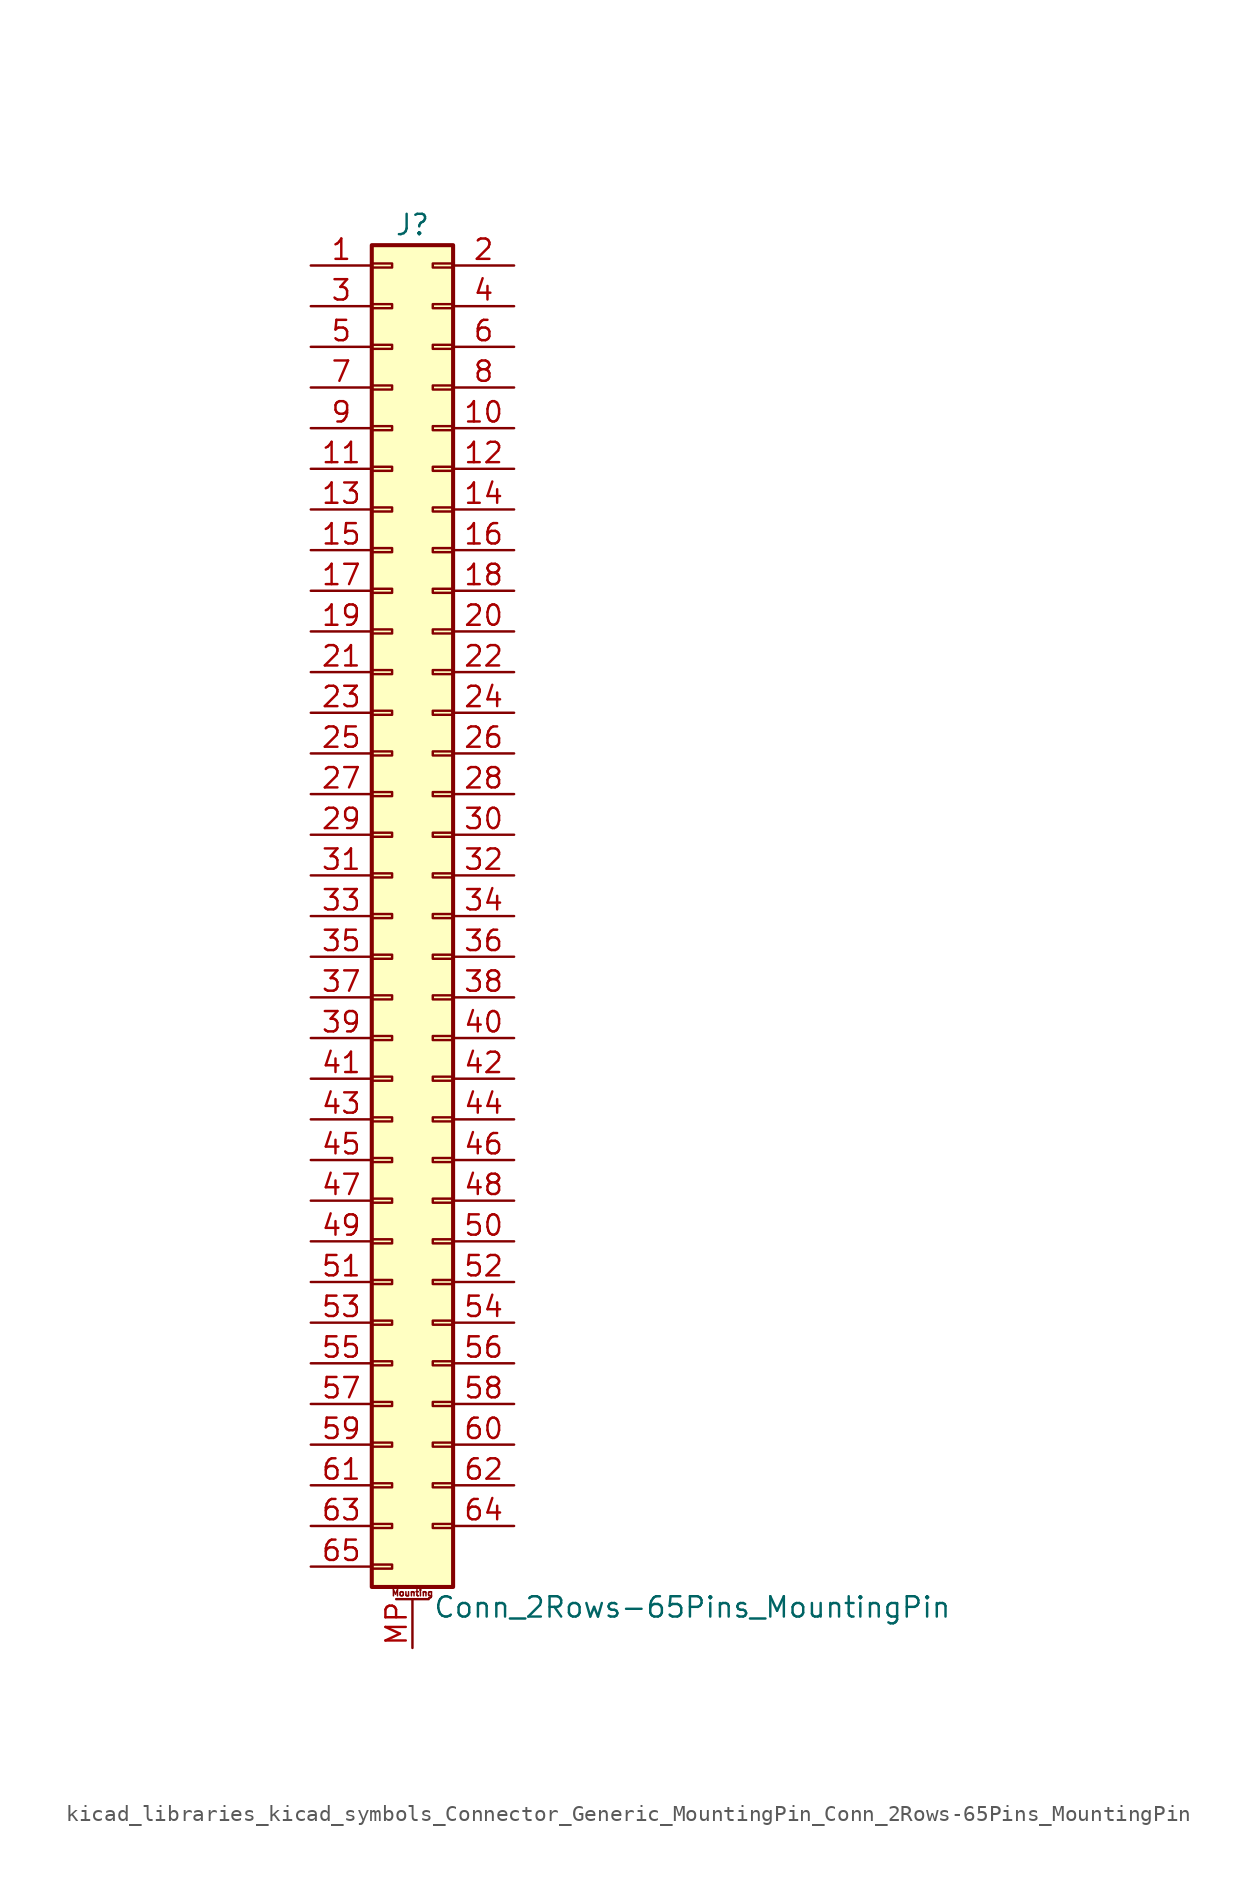
<source format=kicad_sym>
(kicad_symbol_lib
  (version 20220914)
  (generator kicad_symbol_editor)
  (symbol "kicad_libraries_kicad_symbols_Connector_Generic_MountingPin_Conn_2Rows-65Pins_MountingPin"
    (pin_names
      (offset 1.016) hide)
    (property "Reference" "J"
      (at 1.27 43.18 0)
      (effects (font (size 1.27 1.27))))
    (property "Value" "Conn_2Rows-65Pins_MountingPin"
      (at 2.54 -43.18 0)
      (effects (font (size 1.27 1.27)) (justify left)))
    (symbol "kicad_libraries_kicad_symbols_Connector_Generic_MountingPin_Conn_2Rows-65Pins_MountingPin_1_1"
      (rectangle (start -1.27 -40.513) (end 0 -40.767) (stroke (width 0.152) (type default)) (fill (type none)))
      (rectangle (start -1.27 -37.973) (end 0 -38.227) (stroke (width 0.152) (type default)) (fill (type none)))
      (rectangle (start -1.27 -35.433) (end 0 -35.687) (stroke (width 0.152) (type default)) (fill (type none)))
      (rectangle (start -1.27 -32.893) (end 0 -33.147) (stroke (width 0.152) (type default)) (fill (type none)))
      (rectangle (start -1.27 -30.353) (end 0 -30.607) (stroke (width 0.152) (type default)) (fill (type none)))
      (rectangle (start -1.27 -27.813) (end 0 -28.067) (stroke (width 0.152) (type default)) (fill (type none)))
      (rectangle (start -1.27 -25.273) (end 0 -25.527) (stroke (width 0.152) (type default)) (fill (type none)))
      (rectangle (start -1.27 -22.733) (end 0 -22.987) (stroke (width 0.152) (type default)) (fill (type none)))
      (rectangle (start -1.27 -20.193) (end 0 -20.447) (stroke (width 0.152) (type default)) (fill (type none)))
      (rectangle (start -1.27 -17.653) (end 0 -17.907) (stroke (width 0.152) (type default)) (fill (type none)))
      (rectangle (start -1.27 -15.113) (end 0 -15.367) (stroke (width 0.152) (type default)) (fill (type none)))
      (rectangle (start -1.27 -12.573) (end 0 -12.827) (stroke (width 0.152) (type default)) (fill (type none)))
      (rectangle (start -1.27 -10.033) (end 0 -10.287) (stroke (width 0.152) (type default)) (fill (type none)))
      (rectangle (start -1.27 -7.493) (end 0 -7.747) (stroke (width 0.152) (type default)) (fill (type none)))
      (rectangle (start -1.27 -4.953) (end 0 -5.207) (stroke (width 0.152) (type default)) (fill (type none)))
      (rectangle (start -1.27 -2.413) (end 0 -2.667) (stroke (width 0.152) (type default)) (fill (type none)))
      (rectangle (start -1.27 0.127) (end 0 -0.127) (stroke (width 0.152) (type default)) (fill (type none)))
      (rectangle (start -1.27 2.667) (end 0 2.413) (stroke (width 0.152) (type default)) (fill (type none)))
      (rectangle (start -1.27 5.207) (end 0 4.953) (stroke (width 0.152) (type default)) (fill (type none)))
      (rectangle (start -1.27 7.747) (end 0 7.493) (stroke (width 0.152) (type default)) (fill (type none)))
      (rectangle (start -1.27 10.287) (end 0 10.033) (stroke (width 0.152) (type default)) (fill (type none)))
      (rectangle (start -1.27 12.827) (end 0 12.573) (stroke (width 0.152) (type default)) (fill (type none)))
      (rectangle (start -1.27 15.367) (end 0 15.113) (stroke (width 0.152) (type default)) (fill (type none)))
      (rectangle (start -1.27 17.907) (end 0 17.653) (stroke (width 0.152) (type default)) (fill (type none)))
      (rectangle (start -1.27 20.447) (end 0 20.193) (stroke (width 0.152) (type default)) (fill (type none)))
      (rectangle (start -1.27 22.987) (end 0 22.733) (stroke (width 0.152) (type default)) (fill (type none)))
      (rectangle (start -1.27 25.527) (end 0 25.273) (stroke (width 0.152) (type default)) (fill (type none)))
      (rectangle (start -1.27 28.067) (end 0 27.813) (stroke (width 0.152) (type default)) (fill (type none)))
      (rectangle (start -1.27 30.607) (end 0 30.353) (stroke (width 0.152) (type default)) (fill (type none)))
      (rectangle (start -1.27 33.147) (end 0 32.893) (stroke (width 0.152) (type default)) (fill (type none)))
      (rectangle (start -1.27 35.687) (end 0 35.433) (stroke (width 0.152) (type default)) (fill (type none)))
      (rectangle (start -1.27 38.227) (end 0 37.973) (stroke (width 0.152) (type default)) (fill (type none)))
      (rectangle (start -1.27 40.767) (end 0 40.513) (stroke (width 0.152) (type default)) (fill (type none)))
      (rectangle (start -1.27 41.91) (end 3.81 -41.91) (stroke (width 0.254) (type default)) (fill (type background)))
      (polyline (pts (xy 0.254 -42.672) (xy 2.286 -42.672)) (stroke (width 0.152) (type default)) (fill (type none)))
      (rectangle (start 3.81 -37.973) (end 2.54 -38.227) (stroke (width 0.152) (type default)) (fill (type none)))
      (rectangle (start 3.81 -35.433) (end 2.54 -35.687) (stroke (width 0.152) (type default)) (fill (type none)))
      (rectangle (start 3.81 -32.893) (end 2.54 -33.147) (stroke (width 0.152) (type default)) (fill (type none)))
      (rectangle (start 3.81 -30.353) (end 2.54 -30.607) (stroke (width 0.152) (type default)) (fill (type none)))
      (rectangle (start 3.81 -27.813) (end 2.54 -28.067) (stroke (width 0.152) (type default)) (fill (type none)))
      (rectangle (start 3.81 -25.273) (end 2.54 -25.527) (stroke (width 0.152) (type default)) (fill (type none)))
      (rectangle (start 3.81 -22.733) (end 2.54 -22.987) (stroke (width 0.152) (type default)) (fill (type none)))
      (rectangle (start 3.81 -20.193) (end 2.54 -20.447) (stroke (width 0.152) (type default)) (fill (type none)))
      (rectangle (start 3.81 -17.653) (end 2.54 -17.907) (stroke (width 0.152) (type default)) (fill (type none)))
      (rectangle (start 3.81 -15.113) (end 2.54 -15.367) (stroke (width 0.152) (type default)) (fill (type none)))
      (rectangle (start 3.81 -12.573) (end 2.54 -12.827) (stroke (width 0.152) (type default)) (fill (type none)))
      (rectangle (start 3.81 -10.033) (end 2.54 -10.287) (stroke (width 0.152) (type default)) (fill (type none)))
      (rectangle (start 3.81 -7.493) (end 2.54 -7.747) (stroke (width 0.152) (type default)) (fill (type none)))
      (rectangle (start 3.81 -4.953) (end 2.54 -5.207) (stroke (width 0.152) (type default)) (fill (type none)))
      (rectangle (start 3.81 -2.413) (end 2.54 -2.667) (stroke (width 0.152) (type default)) (fill (type none)))
      (rectangle (start 3.81 0.127) (end 2.54 -0.127) (stroke (width 0.152) (type default)) (fill (type none)))
      (rectangle (start 3.81 2.667) (end 2.54 2.413) (stroke (width 0.152) (type default)) (fill (type none)))
      (rectangle (start 3.81 5.207) (end 2.54 4.953) (stroke (width 0.152) (type default)) (fill (type none)))
      (rectangle (start 3.81 7.747) (end 2.54 7.493) (stroke (width 0.152) (type default)) (fill (type none)))
      (rectangle (start 3.81 10.287) (end 2.54 10.033) (stroke (width 0.152) (type default)) (fill (type none)))
      (rectangle (start 3.81 12.827) (end 2.54 12.573) (stroke (width 0.152) (type default)) (fill (type none)))
      (rectangle (start 3.81 15.367) (end 2.54 15.113) (stroke (width 0.152) (type default)) (fill (type none)))
      (rectangle (start 3.81 17.907) (end 2.54 17.653) (stroke (width 0.152) (type default)) (fill (type none)))
      (rectangle (start 3.81 20.447) (end 2.54 20.193) (stroke (width 0.152) (type default)) (fill (type none)))
      (rectangle (start 3.81 22.987) (end 2.54 22.733) (stroke (width 0.152) (type default)) (fill (type none)))
      (rectangle (start 3.81 25.527) (end 2.54 25.273) (stroke (width 0.152) (type default)) (fill (type none)))
      (rectangle (start 3.81 28.067) (end 2.54 27.813) (stroke (width 0.152) (type default)) (fill (type none)))
      (rectangle (start 3.81 30.607) (end 2.54 30.353) (stroke (width 0.152) (type default)) (fill (type none)))
      (rectangle (start 3.81 33.147) (end 2.54 32.893) (stroke (width 0.152) (type default)) (fill (type none)))
      (rectangle (start 3.81 35.687) (end 2.54 35.433) (stroke (width 0.152) (type default)) (fill (type none)))
      (rectangle (start 3.81 38.227) (end 2.54 37.973) (stroke (width 0.152) (type default)) (fill (type none)))
      (rectangle (start 3.81 40.767) (end 2.54 40.513) (stroke (width 0.152) (type default)) (fill (type none)))
      (text "Mounting" (at 1.27 -42.291 0) (effects (font (size 0.381 0.381))))
      (pin passive line (at -5.08 40.64 0) (length 3.81) (name "Pin_1" (effects (font (size 1.27 1.27)))) (number "1" (effects (font (size 1.27 1.27)))))
      (pin passive line (at 7.62 30.48 180) (length 3.81) (name "Pin_10" (effects (font (size 1.27 1.27)))) (number "10" (effects (font (size 1.27 1.27)))))
      (pin passive line (at -5.08 27.94 0) (length 3.81) (name "Pin_11" (effects (font (size 1.27 1.27)))) (number "11" (effects (font (size 1.27 1.27)))))
      (pin passive line (at 7.62 27.94 180) (length 3.81) (name "Pin_12" (effects (font (size 1.27 1.27)))) (number "12" (effects (font (size 1.27 1.27)))))
      (pin passive line (at -5.08 25.4 0) (length 3.81) (name "Pin_13" (effects (font (size 1.27 1.27)))) (number "13" (effects (font (size 1.27 1.27)))))
      (pin passive line (at 7.62 25.4 180) (length 3.81) (name "Pin_14" (effects (font (size 1.27 1.27)))) (number "14" (effects (font (size 1.27 1.27)))))
      (pin passive line (at -5.08 22.86 0) (length 3.81) (name "Pin_15" (effects (font (size 1.27 1.27)))) (number "15" (effects (font (size 1.27 1.27)))))
      (pin passive line (at 7.62 22.86 180) (length 3.81) (name "Pin_16" (effects (font (size 1.27 1.27)))) (number "16" (effects (font (size 1.27 1.27)))))
      (pin passive line (at -5.08 20.32 0) (length 3.81) (name "Pin_17" (effects (font (size 1.27 1.27)))) (number "17" (effects (font (size 1.27 1.27)))))
      (pin passive line (at 7.62 20.32 180) (length 3.81) (name "Pin_18" (effects (font (size 1.27 1.27)))) (number "18" (effects (font (size 1.27 1.27)))))
      (pin passive line (at -5.08 17.78 0) (length 3.81) (name "Pin_19" (effects (font (size 1.27 1.27)))) (number "19" (effects (font (size 1.27 1.27)))))
      (pin passive line (at 7.62 40.64 180) (length 3.81) (name "Pin_2" (effects (font (size 1.27 1.27)))) (number "2" (effects (font (size 1.27 1.27)))))
      (pin passive line (at 7.62 17.78 180) (length 3.81) (name "Pin_20" (effects (font (size 1.27 1.27)))) (number "20" (effects (font (size 1.27 1.27)))))
      (pin passive line (at -5.08 15.24 0) (length 3.81) (name "Pin_21" (effects (font (size 1.27 1.27)))) (number "21" (effects (font (size 1.27 1.27)))))
      (pin passive line (at 7.62 15.24 180) (length 3.81) (name "Pin_22" (effects (font (size 1.27 1.27)))) (number "22" (effects (font (size 1.27 1.27)))))
      (pin passive line (at -5.08 12.7 0) (length 3.81) (name "Pin_23" (effects (font (size 1.27 1.27)))) (number "23" (effects (font (size 1.27 1.27)))))
      (pin passive line (at 7.62 12.7 180) (length 3.81) (name "Pin_24" (effects (font (size 1.27 1.27)))) (number "24" (effects (font (size 1.27 1.27)))))
      (pin passive line (at -5.08 10.16 0) (length 3.81) (name "Pin_25" (effects (font (size 1.27 1.27)))) (number "25" (effects (font (size 1.27 1.27)))))
      (pin passive line (at 7.62 10.16 180) (length 3.81) (name "Pin_26" (effects (font (size 1.27 1.27)))) (number "26" (effects (font (size 1.27 1.27)))))
      (pin passive line (at -5.08 7.62 0) (length 3.81) (name "Pin_27" (effects (font (size 1.27 1.27)))) (number "27" (effects (font (size 1.27 1.27)))))
      (pin passive line (at 7.62 7.62 180) (length 3.81) (name "Pin_28" (effects (font (size 1.27 1.27)))) (number "28" (effects (font (size 1.27 1.27)))))
      (pin passive line (at -5.08 5.08 0) (length 3.81) (name "Pin_29" (effects (font (size 1.27 1.27)))) (number "29" (effects (font (size 1.27 1.27)))))
      (pin passive line (at -5.08 38.1 0) (length 3.81) (name "Pin_3" (effects (font (size 1.27 1.27)))) (number "3" (effects (font (size 1.27 1.27)))))
      (pin passive line (at 7.62 5.08 180) (length 3.81) (name "Pin_30" (effects (font (size 1.27 1.27)))) (number "30" (effects (font (size 1.27 1.27)))))
      (pin passive line (at -5.08 2.54 0) (length 3.81) (name "Pin_31" (effects (font (size 1.27 1.27)))) (number "31" (effects (font (size 1.27 1.27)))))
      (pin passive line (at 7.62 2.54 180) (length 3.81) (name "Pin_32" (effects (font (size 1.27 1.27)))) (number "32" (effects (font (size 1.27 1.27)))))
      (pin passive line (at -5.08 0 0) (length 3.81) (name "Pin_33" (effects (font (size 1.27 1.27)))) (number "33" (effects (font (size 1.27 1.27)))))
      (pin passive line (at 7.62 0 180) (length 3.81) (name "Pin_34" (effects (font (size 1.27 1.27)))) (number "34" (effects (font (size 1.27 1.27)))))
      (pin passive line (at -5.08 -2.54 0) (length 3.81) (name "Pin_35" (effects (font (size 1.27 1.27)))) (number "35" (effects (font (size 1.27 1.27)))))
      (pin passive line (at 7.62 -2.54 180) (length 3.81) (name "Pin_36" (effects (font (size 1.27 1.27)))) (number "36" (effects (font (size 1.27 1.27)))))
      (pin passive line (at -5.08 -5.08 0) (length 3.81) (name "Pin_37" (effects (font (size 1.27 1.27)))) (number "37" (effects (font (size 1.27 1.27)))))
      (pin passive line (at 7.62 -5.08 180) (length 3.81) (name "Pin_38" (effects (font (size 1.27 1.27)))) (number "38" (effects (font (size 1.27 1.27)))))
      (pin passive line (at -5.08 -7.62 0) (length 3.81) (name "Pin_39" (effects (font (size 1.27 1.27)))) (number "39" (effects (font (size 1.27 1.27)))))
      (pin passive line (at 7.62 38.1 180) (length 3.81) (name "Pin_4" (effects (font (size 1.27 1.27)))) (number "4" (effects (font (size 1.27 1.27)))))
      (pin passive line (at 7.62 -7.62 180) (length 3.81) (name "Pin_40" (effects (font (size 1.27 1.27)))) (number "40" (effects (font (size 1.27 1.27)))))
      (pin passive line (at -5.08 -10.16 0) (length 3.81) (name "Pin_41" (effects (font (size 1.27 1.27)))) (number "41" (effects (font (size 1.27 1.27)))))
      (pin passive line (at 7.62 -10.16 180) (length 3.81) (name "Pin_42" (effects (font (size 1.27 1.27)))) (number "42" (effects (font (size 1.27 1.27)))))
      (pin passive line (at -5.08 -12.7 0) (length 3.81) (name "Pin_43" (effects (font (size 1.27 1.27)))) (number "43" (effects (font (size 1.27 1.27)))))
      (pin passive line (at 7.62 -12.7 180) (length 3.81) (name "Pin_44" (effects (font (size 1.27 1.27)))) (number "44" (effects (font (size 1.27 1.27)))))
      (pin passive line (at -5.08 -15.24 0) (length 3.81) (name "Pin_45" (effects (font (size 1.27 1.27)))) (number "45" (effects (font (size 1.27 1.27)))))
      (pin passive line (at 7.62 -15.24 180) (length 3.81) (name "Pin_46" (effects (font (size 1.27 1.27)))) (number "46" (effects (font (size 1.27 1.27)))))
      (pin passive line (at -5.08 -17.78 0) (length 3.81) (name "Pin_47" (effects (font (size 1.27 1.27)))) (number "47" (effects (font (size 1.27 1.27)))))
      (pin passive line (at 7.62 -17.78 180) (length 3.81) (name "Pin_48" (effects (font (size 1.27 1.27)))) (number "48" (effects (font (size 1.27 1.27)))))
      (pin passive line (at -5.08 -20.32 0) (length 3.81) (name "Pin_49" (effects (font (size 1.27 1.27)))) (number "49" (effects (font (size 1.27 1.27)))))
      (pin passive line (at -5.08 35.56 0) (length 3.81) (name "Pin_5" (effects (font (size 1.27 1.27)))) (number "5" (effects (font (size 1.27 1.27)))))
      (pin passive line (at 7.62 -20.32 180) (length 3.81) (name "Pin_50" (effects (font (size 1.27 1.27)))) (number "50" (effects (font (size 1.27 1.27)))))
      (pin passive line (at -5.08 -22.86 0) (length 3.81) (name "Pin_51" (effects (font (size 1.27 1.27)))) (number "51" (effects (font (size 1.27 1.27)))))
      (pin passive line (at 7.62 -22.86 180) (length 3.81) (name "Pin_52" (effects (font (size 1.27 1.27)))) (number "52" (effects (font (size 1.27 1.27)))))
      (pin passive line (at -5.08 -25.4 0) (length 3.81) (name "Pin_53" (effects (font (size 1.27 1.27)))) (number "53" (effects (font (size 1.27 1.27)))))
      (pin passive line (at 7.62 -25.4 180) (length 3.81) (name "Pin_54" (effects (font (size 1.27 1.27)))) (number "54" (effects (font (size 1.27 1.27)))))
      (pin passive line (at -5.08 -27.94 0) (length 3.81) (name "Pin_55" (effects (font (size 1.27 1.27)))) (number "55" (effects (font (size 1.27 1.27)))))
      (pin passive line (at 7.62 -27.94 180) (length 3.81) (name "Pin_56" (effects (font (size 1.27 1.27)))) (number "56" (effects (font (size 1.27 1.27)))))
      (pin passive line (at -5.08 -30.48 0) (length 3.81) (name "Pin_57" (effects (font (size 1.27 1.27)))) (number "57" (effects (font (size 1.27 1.27)))))
      (pin passive line (at 7.62 -30.48 180) (length 3.81) (name "Pin_58" (effects (font (size 1.27 1.27)))) (number "58" (effects (font (size 1.27 1.27)))))
      (pin passive line (at -5.08 -33.02 0) (length 3.81) (name "Pin_59" (effects (font (size 1.27 1.27)))) (number "59" (effects (font (size 1.27 1.27)))))
      (pin passive line (at 7.62 35.56 180) (length 3.81) (name "Pin_6" (effects (font (size 1.27 1.27)))) (number "6" (effects (font (size 1.27 1.27)))))
      (pin passive line (at 7.62 -33.02 180) (length 3.81) (name "Pin_60" (effects (font (size 1.27 1.27)))) (number "60" (effects (font (size 1.27 1.27)))))
      (pin passive line (at -5.08 -35.56 0) (length 3.81) (name "Pin_61" (effects (font (size 1.27 1.27)))) (number "61" (effects (font (size 1.27 1.27)))))
      (pin passive line (at 7.62 -35.56 180) (length 3.81) (name "Pin_62" (effects (font (size 1.27 1.27)))) (number "62" (effects (font (size 1.27 1.27)))))
      (pin passive line (at -5.08 -38.1 0) (length 3.81) (name "Pin_63" (effects (font (size 1.27 1.27)))) (number "63" (effects (font (size 1.27 1.27)))))
      (pin passive line (at 7.62 -38.1 180) (length 3.81) (name "Pin_64" (effects (font (size 1.27 1.27)))) (number "64" (effects (font (size 1.27 1.27)))))
      (pin passive line (at -5.08 -40.64 0) (length 3.81) (name "Pin_65" (effects (font (size 1.27 1.27)))) (number "65" (effects (font (size 1.27 1.27)))))
      (pin passive line (at -5.08 33.02 0) (length 3.81) (name "Pin_7" (effects (font (size 1.27 1.27)))) (number "7" (effects (font (size 1.27 1.27)))))
      (pin passive line (at 7.62 33.02 180) (length 3.81) (name "Pin_8" (effects (font (size 1.27 1.27)))) (number "8" (effects (font (size 1.27 1.27)))))
      (pin passive line (at -5.08 30.48 0) (length 3.81) (name "Pin_9" (effects (font (size 1.27 1.27)))) (number "9" (effects (font (size 1.27 1.27)))))
      (pin passive line (at 1.27 -45.72 90) (length 3.048) (name "MountPin" (effects (font (size 1.27 1.27)))) (number "MP" (effects (font (size 1.27 1.27))))))))
</source>
